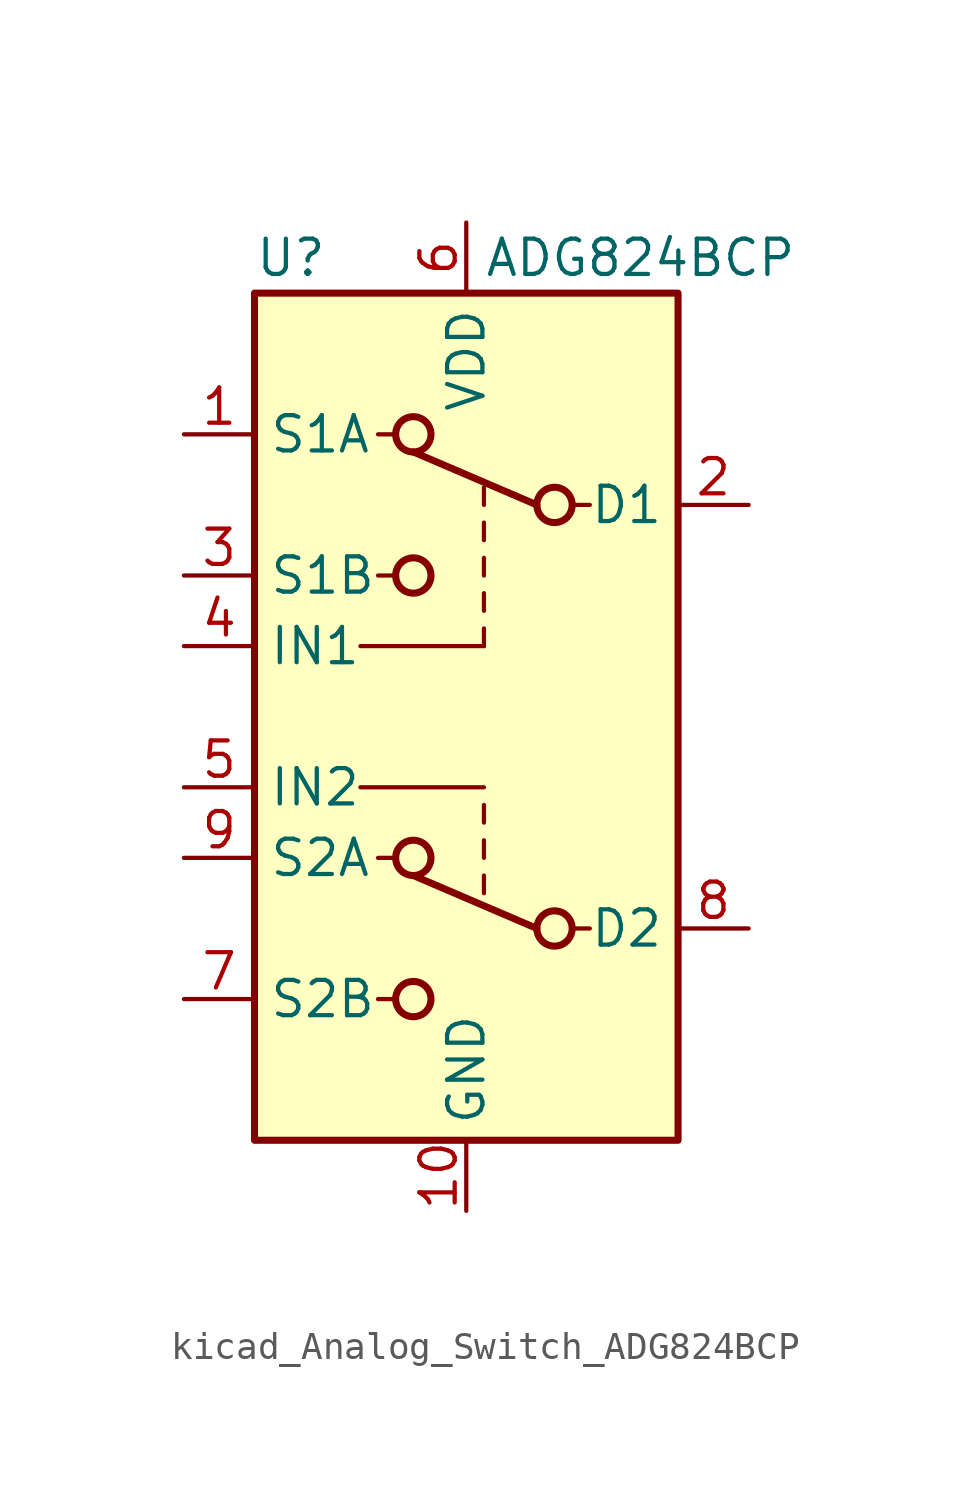
<source format=kicad_sym>
(kicad_symbol_lib
  (version 20220914)
  (generator kicad_symbol_editor)
  (symbol "kicad_Analog_Switch_ADG824BCP"
    (property "Reference" "U"
      (at -7.62 16.51 0)
      (effects (font (size 1.27 1.27)) (justify left)))
    (property "Value" "ADG824BCP"
      (at 0.635 16.51 0)
      (effects (font (size 1.27 1.27)) (justify left)))
    (symbol "kicad_Analog_Switch_ADG824BCP_0_1"
      (rectangle (start -7.62 15.24) (end 7.62 -15.24) (stroke (width 0.254) (type default)) (fill (type background)))
      (circle (center -1.905 -10.16) (radius 0.635) (stroke (width 0.254) (type default)) (fill (type none)))
      (circle (center -1.905 -5.08) (radius 0.635) (stroke (width 0.254) (type default)) (fill (type none)))
      (circle (center -1.905 5.08) (radius 0.635) (stroke (width 0.254) (type default)) (fill (type none)))
      (circle (center -1.905 10.16) (radius 0.635) (stroke (width 0.254) (type default)) (fill (type none)))
      (polyline (pts (xy -3.81 -2.54) (xy 0.635 -2.54)) (stroke (width 0) (type default)) (fill (type none)))
      (polyline (pts (xy -3.81 2.54) (xy 0.635 2.54)) (stroke (width 0) (type default)) (fill (type none)))
      (polyline (pts (xy -3.175 -10.16) (xy -2.54 -10.16)) (stroke (width 0) (type default)) (fill (type none)))
      (polyline (pts (xy -3.175 -5.08) (xy -2.54 -5.08)) (stroke (width 0) (type default)) (fill (type none)))
      (polyline (pts (xy -3.175 5.08) (xy -2.54 5.08)) (stroke (width 0) (type default)) (fill (type none)))
      (polyline (pts (xy -3.175 10.16) (xy -2.54 10.16)) (stroke (width 0) (type default)) (fill (type none)))
      (polyline (pts (xy -1.905 9.525) (xy 2.54 7.62)) (stroke (width 0.254) (type default)) (fill (type none)))
      (polyline (pts (xy 0.635 -5.715) (xy 0.635 -6.35)) (stroke (width 0) (type default)) (fill (type none)))
      (polyline (pts (xy 0.635 -4.445) (xy 0.635 -5.08)) (stroke (width 0) (type default)) (fill (type none)))
      (polyline (pts (xy 0.635 -3.175) (xy 0.635 -3.81)) (stroke (width 0) (type default)) (fill (type none)))
      (polyline (pts (xy 0.635 3.175) (xy 0.635 2.54)) (stroke (width 0) (type default)) (fill (type none)))
      (polyline (pts (xy 0.635 4.445) (xy 0.635 3.81)) (stroke (width 0) (type default)) (fill (type none)))
      (polyline (pts (xy 0.635 5.715) (xy 0.635 5.08)) (stroke (width 0) (type default)) (fill (type none)))
      (polyline (pts (xy 0.635 6.985) (xy 0.635 6.35)) (stroke (width 0) (type default)) (fill (type none)))
      (polyline (pts (xy 0.635 8.255) (xy 0.635 7.62)) (stroke (width 0) (type default)) (fill (type none)))
      (polyline (pts (xy 2.54 -7.62) (xy -1.905 -5.715)) (stroke (width 0.254) (type default)) (fill (type none)))
      (polyline (pts (xy 4.445 -7.62) (xy 3.81 -7.62)) (stroke (width 0) (type default)) (fill (type none)))
      (polyline (pts (xy 4.445 7.62) (xy 3.81 7.62)) (stroke (width 0) (type default)) (fill (type none)))
      (circle (center 3.175 -7.62) (radius 0.635) (stroke (width 0.254) (type default)) (fill (type none)))
      (circle (center 3.175 7.62) (radius 0.635) (stroke (width 0.254) (type default)) (fill (type none))))
    (symbol "kicad_Analog_Switch_ADG824BCP_1_1"
      (pin bidirectional line (at -10.16 10.16 0) (length 2.54) (name "S1A" (effects (font (size 1.27 1.27)))) (number "1" (effects (font (size 1.27 1.27)))))
      (pin power_in line (at 0 -17.78 90) (length 2.54) (name "GND" (effects (font (size 1.27 1.27)))) (number "10" (effects (font (size 1.27 1.27)))))
      (pin bidirectional line (at 10.16 7.62 180) (length 2.54) (name "D1" (effects (font (size 1.27 1.27)))) (number "2" (effects (font (size 1.27 1.27)))))
      (pin bidirectional line (at -10.16 5.08 0) (length 2.54) (name "S1B" (effects (font (size 1.27 1.27)))) (number "3" (effects (font (size 1.27 1.27)))))
      (pin input line (at -10.16 2.54 0) (length 2.54) (name "IN1" (effects (font (size 1.27 1.27)))) (number "4" (effects (font (size 1.27 1.27)))))
      (pin input line (at -10.16 -2.54 0) (length 2.54) (name "IN2" (effects (font (size 1.27 1.27)))) (number "5" (effects (font (size 1.27 1.27)))))
      (pin power_in line (at 0 17.78 270) (length 2.54) (name "VDD" (effects (font (size 1.27 1.27)))) (number "6" (effects (font (size 1.27 1.27)))))
      (pin bidirectional line (at -10.16 -10.16 0) (length 2.54) (name "S2B" (effects (font (size 1.27 1.27)))) (number "7" (effects (font (size 1.27 1.27)))))
      (pin bidirectional line (at 10.16 -7.62 180) (length 2.54) (name "D2" (effects (font (size 1.27 1.27)))) (number "8" (effects (font (size 1.27 1.27)))))
      (pin bidirectional line (at -10.16 -5.08 0) (length 2.54) (name "S2A" (effects (font (size 1.27 1.27)))) (number "9" (effects (font (size 1.27 1.27))))))))
</source>
